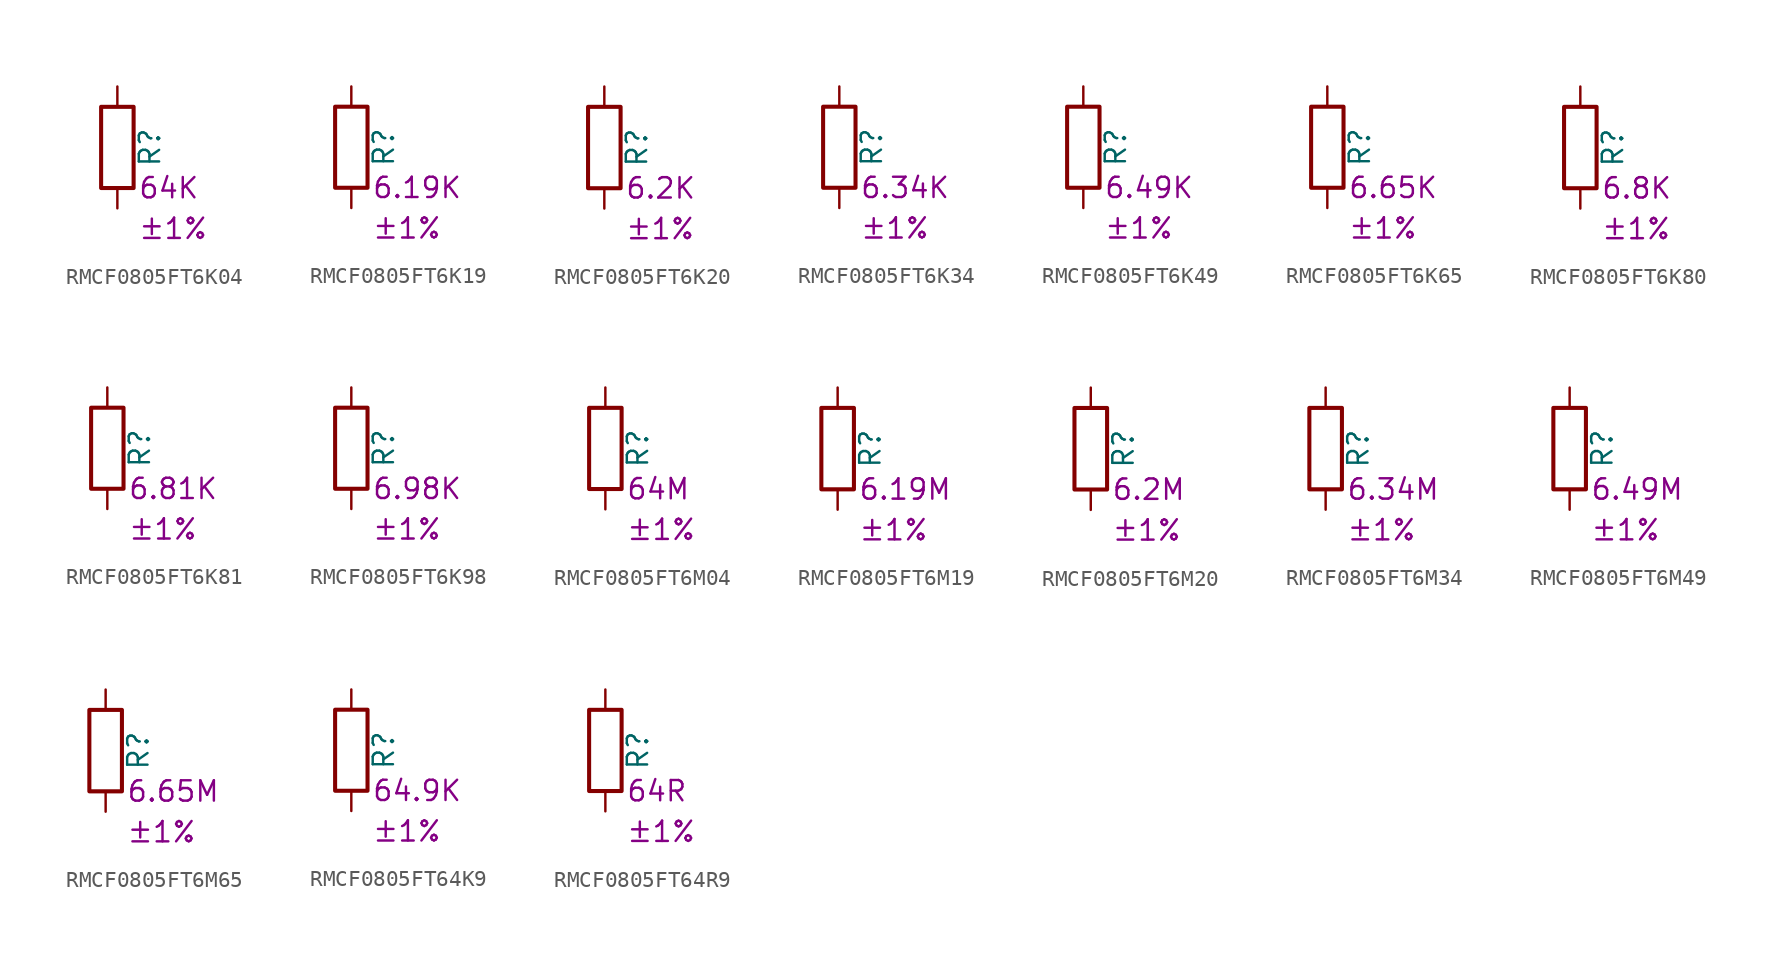
<source format=kicad_sym>
(kicad_symbol_lib
  (version 20220914)
  (generator kicad_symbol_editor)
  (symbol "RMCF0805FT6K04"
    (pin_numbers hide)
    (pin_names
      (offset 0))
    (property "Reference" "R"
      (at 2.032 0 90)
      (effects (font (size 1.27 1.27))))
    (property "Resistance" "64K"
      (at 1.27 -2.54 0)
      (effects (font (size 1.27 1.27)) (justify left)))
    (property "Tolerance" "±1%"
      (at 1.27 -5.08 0)
      (effects (font (size 1.27 1.27)) (justify left)))
    (symbol "RMCF0805FT6K04_0_1"
      (rectangle (start -1.016 -2.54) (end 1.016 2.54) (stroke (width 0.254) (type default)) (fill (type none))))
    (symbol "RMCF0805FT6K04_1_1"
      (pin passive line (at 0 3.81 270) (length 1.27) (name "~" (effects (font (size 1.27 1.27)))) (number "1" (effects (font (size 1.27 1.27)))))
      (pin passive line (at 0 -3.81 90) (length 1.27) (name "~" (effects (font (size 1.27 1.27)))) (number "2" (effects (font (size 1.27 1.27)))))))
  (symbol "RMCF0805FT6K19"
    (pin_numbers hide)
    (pin_names
      (offset 0))
    (property "Reference" "R"
      (at 2.032 0 90)
      (effects (font (size 1.27 1.27))))
    (property "Resistance" "6.19K"
      (at 1.27 -2.54 0)
      (effects (font (size 1.27 1.27)) (justify left)))
    (property "Tolerance" "±1%"
      (at 1.27 -5.08 0)
      (effects (font (size 1.27 1.27)) (justify left)))
    (symbol "RMCF0805FT6K19_0_1"
      (rectangle (start -1.016 -2.54) (end 1.016 2.54) (stroke (width 0.254) (type default)) (fill (type none))))
    (symbol "RMCF0805FT6K19_1_1"
      (pin passive line (at 0 3.81 270) (length 1.27) (name "~" (effects (font (size 1.27 1.27)))) (number "1" (effects (font (size 1.27 1.27)))))
      (pin passive line (at 0 -3.81 90) (length 1.27) (name "~" (effects (font (size 1.27 1.27)))) (number "2" (effects (font (size 1.27 1.27)))))))
  (symbol "RMCF0805FT6K20"
    (pin_numbers hide)
    (pin_names
      (offset 0))
    (property "Reference" "R"
      (at 2.032 0 90)
      (effects (font (size 1.27 1.27))))
    (property "Resistance" "6.2K"
      (at 1.27 -2.54 0)
      (effects (font (size 1.27 1.27)) (justify left)))
    (property "Tolerance" "±1%"
      (at 1.27 -5.08 0)
      (effects (font (size 1.27 1.27)) (justify left)))
    (symbol "RMCF0805FT6K20_0_1"
      (rectangle (start -1.016 -2.54) (end 1.016 2.54) (stroke (width 0.254) (type default)) (fill (type none))))
    (symbol "RMCF0805FT6K20_1_1"
      (pin passive line (at 0 3.81 270) (length 1.27) (name "~" (effects (font (size 1.27 1.27)))) (number "1" (effects (font (size 1.27 1.27)))))
      (pin passive line (at 0 -3.81 90) (length 1.27) (name "~" (effects (font (size 1.27 1.27)))) (number "2" (effects (font (size 1.27 1.27)))))))
  (symbol "RMCF0805FT6K34"
    (pin_numbers hide)
    (pin_names
      (offset 0))
    (property "Reference" "R"
      (at 2.032 0 90)
      (effects (font (size 1.27 1.27))))
    (property "Resistance" "6.34K"
      (at 1.27 -2.54 0)
      (effects (font (size 1.27 1.27)) (justify left)))
    (property "Tolerance" "±1%"
      (at 1.27 -5.08 0)
      (effects (font (size 1.27 1.27)) (justify left)))
    (symbol "RMCF0805FT6K34_0_1"
      (rectangle (start -1.016 -2.54) (end 1.016 2.54) (stroke (width 0.254) (type default)) (fill (type none))))
    (symbol "RMCF0805FT6K34_1_1"
      (pin passive line (at 0 3.81 270) (length 1.27) (name "~" (effects (font (size 1.27 1.27)))) (number "1" (effects (font (size 1.27 1.27)))))
      (pin passive line (at 0 -3.81 90) (length 1.27) (name "~" (effects (font (size 1.27 1.27)))) (number "2" (effects (font (size 1.27 1.27)))))))
  (symbol "RMCF0805FT6K49"
    (pin_numbers hide)
    (pin_names
      (offset 0))
    (property "Reference" "R"
      (at 2.032 0 90)
      (effects (font (size 1.27 1.27))))
    (property "Resistance" "6.49K"
      (at 1.27 -2.54 0)
      (effects (font (size 1.27 1.27)) (justify left)))
    (property "Tolerance" "±1%"
      (at 1.27 -5.08 0)
      (effects (font (size 1.27 1.27)) (justify left)))
    (symbol "RMCF0805FT6K49_0_1"
      (rectangle (start -1.016 -2.54) (end 1.016 2.54) (stroke (width 0.254) (type default)) (fill (type none))))
    (symbol "RMCF0805FT6K49_1_1"
      (pin passive line (at 0 3.81 270) (length 1.27) (name "~" (effects (font (size 1.27 1.27)))) (number "1" (effects (font (size 1.27 1.27)))))
      (pin passive line (at 0 -3.81 90) (length 1.27) (name "~" (effects (font (size 1.27 1.27)))) (number "2" (effects (font (size 1.27 1.27)))))))
  (symbol "RMCF0805FT6K65"
    (pin_numbers hide)
    (pin_names
      (offset 0))
    (property "Reference" "R"
      (at 2.032 0 90)
      (effects (font (size 1.27 1.27))))
    (property "Resistance" "6.65K"
      (at 1.27 -2.54 0)
      (effects (font (size 1.27 1.27)) (justify left)))
    (property "Tolerance" "±1%"
      (at 1.27 -5.08 0)
      (effects (font (size 1.27 1.27)) (justify left)))
    (symbol "RMCF0805FT6K65_0_1"
      (rectangle (start -1.016 -2.54) (end 1.016 2.54) (stroke (width 0.254) (type default)) (fill (type none))))
    (symbol "RMCF0805FT6K65_1_1"
      (pin passive line (at 0 3.81 270) (length 1.27) (name "~" (effects (font (size 1.27 1.27)))) (number "1" (effects (font (size 1.27 1.27)))))
      (pin passive line (at 0 -3.81 90) (length 1.27) (name "~" (effects (font (size 1.27 1.27)))) (number "2" (effects (font (size 1.27 1.27)))))))
  (symbol "RMCF0805FT6K80"
    (pin_numbers hide)
    (pin_names
      (offset 0))
    (property "Reference" "R"
      (at 2.032 0 90)
      (effects (font (size 1.27 1.27))))
    (property "Resistance" "6.8K"
      (at 1.27 -2.54 0)
      (effects (font (size 1.27 1.27)) (justify left)))
    (property "Tolerance" "±1%"
      (at 1.27 -5.08 0)
      (effects (font (size 1.27 1.27)) (justify left)))
    (symbol "RMCF0805FT6K80_0_1"
      (rectangle (start -1.016 -2.54) (end 1.016 2.54) (stroke (width 0.254) (type default)) (fill (type none))))
    (symbol "RMCF0805FT6K80_1_1"
      (pin passive line (at 0 3.81 270) (length 1.27) (name "~" (effects (font (size 1.27 1.27)))) (number "1" (effects (font (size 1.27 1.27)))))
      (pin passive line (at 0 -3.81 90) (length 1.27) (name "~" (effects (font (size 1.27 1.27)))) (number "2" (effects (font (size 1.27 1.27)))))))
  (symbol "RMCF0805FT6K81"
    (pin_numbers hide)
    (pin_names
      (offset 0))
    (property "Reference" "R"
      (at 2.032 0 90)
      (effects (font (size 1.27 1.27))))
    (property "Resistance" "6.81K"
      (at 1.27 -2.54 0)
      (effects (font (size 1.27 1.27)) (justify left)))
    (property "Tolerance" "±1%"
      (at 1.27 -5.08 0)
      (effects (font (size 1.27 1.27)) (justify left)))
    (symbol "RMCF0805FT6K81_0_1"
      (rectangle (start -1.016 -2.54) (end 1.016 2.54) (stroke (width 0.254) (type default)) (fill (type none))))
    (symbol "RMCF0805FT6K81_1_1"
      (pin passive line (at 0 3.81 270) (length 1.27) (name "~" (effects (font (size 1.27 1.27)))) (number "1" (effects (font (size 1.27 1.27)))))
      (pin passive line (at 0 -3.81 90) (length 1.27) (name "~" (effects (font (size 1.27 1.27)))) (number "2" (effects (font (size 1.27 1.27)))))))
  (symbol "RMCF0805FT6K98"
    (pin_numbers hide)
    (pin_names
      (offset 0))
    (property "Reference" "R"
      (at 2.032 0 90)
      (effects (font (size 1.27 1.27))))
    (property "Resistance" "6.98K"
      (at 1.27 -2.54 0)
      (effects (font (size 1.27 1.27)) (justify left)))
    (property "Tolerance" "±1%"
      (at 1.27 -5.08 0)
      (effects (font (size 1.27 1.27)) (justify left)))
    (symbol "RMCF0805FT6K98_0_1"
      (rectangle (start -1.016 -2.54) (end 1.016 2.54) (stroke (width 0.254) (type default)) (fill (type none))))
    (symbol "RMCF0805FT6K98_1_1"
      (pin passive line (at 0 3.81 270) (length 1.27) (name "~" (effects (font (size 1.27 1.27)))) (number "1" (effects (font (size 1.27 1.27)))))
      (pin passive line (at 0 -3.81 90) (length 1.27) (name "~" (effects (font (size 1.27 1.27)))) (number "2" (effects (font (size 1.27 1.27)))))))
  (symbol "RMCF0805FT6M04"
    (pin_numbers hide)
    (pin_names
      (offset 0))
    (property "Reference" "R"
      (at 2.032 0 90)
      (effects (font (size 1.27 1.27))))
    (property "Resistance" "64M"
      (at 1.27 -2.54 0)
      (effects (font (size 1.27 1.27)) (justify left)))
    (property "Tolerance" "±1%"
      (at 1.27 -5.08 0)
      (effects (font (size 1.27 1.27)) (justify left)))
    (symbol "RMCF0805FT6M04_0_1"
      (rectangle (start -1.016 -2.54) (end 1.016 2.54) (stroke (width 0.254) (type default)) (fill (type none))))
    (symbol "RMCF0805FT6M04_1_1"
      (pin passive line (at 0 3.81 270) (length 1.27) (name "~" (effects (font (size 1.27 1.27)))) (number "1" (effects (font (size 1.27 1.27)))))
      (pin passive line (at 0 -3.81 90) (length 1.27) (name "~" (effects (font (size 1.27 1.27)))) (number "2" (effects (font (size 1.27 1.27)))))))
  (symbol "RMCF0805FT6M19"
    (pin_numbers hide)
    (pin_names
      (offset 0))
    (property "Reference" "R"
      (at 2.032 0 90)
      (effects (font (size 1.27 1.27))))
    (property "Resistance" "6.19M"
      (at 1.27 -2.54 0)
      (effects (font (size 1.27 1.27)) (justify left)))
    (property "Tolerance" "±1%"
      (at 1.27 -5.08 0)
      (effects (font (size 1.27 1.27)) (justify left)))
    (symbol "RMCF0805FT6M19_0_1"
      (rectangle (start -1.016 -2.54) (end 1.016 2.54) (stroke (width 0.254) (type default)) (fill (type none))))
    (symbol "RMCF0805FT6M19_1_1"
      (pin passive line (at 0 3.81 270) (length 1.27) (name "~" (effects (font (size 1.27 1.27)))) (number "1" (effects (font (size 1.27 1.27)))))
      (pin passive line (at 0 -3.81 90) (length 1.27) (name "~" (effects (font (size 1.27 1.27)))) (number "2" (effects (font (size 1.27 1.27)))))))
  (symbol "RMCF0805FT6M20"
    (pin_numbers hide)
    (pin_names
      (offset 0))
    (property "Reference" "R"
      (at 2.032 0 90)
      (effects (font (size 1.27 1.27))))
    (property "Resistance" "6.2M"
      (at 1.27 -2.54 0)
      (effects (font (size 1.27 1.27)) (justify left)))
    (property "Tolerance" "±1%"
      (at 1.27 -5.08 0)
      (effects (font (size 1.27 1.27)) (justify left)))
    (symbol "RMCF0805FT6M20_0_1"
      (rectangle (start -1.016 -2.54) (end 1.016 2.54) (stroke (width 0.254) (type default)) (fill (type none))))
    (symbol "RMCF0805FT6M20_1_1"
      (pin passive line (at 0 3.81 270) (length 1.27) (name "~" (effects (font (size 1.27 1.27)))) (number "1" (effects (font (size 1.27 1.27)))))
      (pin passive line (at 0 -3.81 90) (length 1.27) (name "~" (effects (font (size 1.27 1.27)))) (number "2" (effects (font (size 1.27 1.27)))))))
  (symbol "RMCF0805FT6M34"
    (pin_numbers hide)
    (pin_names
      (offset 0))
    (property "Reference" "R"
      (at 2.032 0 90)
      (effects (font (size 1.27 1.27))))
    (property "Resistance" "6.34M"
      (at 1.27 -2.54 0)
      (effects (font (size 1.27 1.27)) (justify left)))
    (property "Tolerance" "±1%"
      (at 1.27 -5.08 0)
      (effects (font (size 1.27 1.27)) (justify left)))
    (symbol "RMCF0805FT6M34_0_1"
      (rectangle (start -1.016 -2.54) (end 1.016 2.54) (stroke (width 0.254) (type default)) (fill (type none))))
    (symbol "RMCF0805FT6M34_1_1"
      (pin passive line (at 0 3.81 270) (length 1.27) (name "~" (effects (font (size 1.27 1.27)))) (number "1" (effects (font (size 1.27 1.27)))))
      (pin passive line (at 0 -3.81 90) (length 1.27) (name "~" (effects (font (size 1.27 1.27)))) (number "2" (effects (font (size 1.27 1.27)))))))
  (symbol "RMCF0805FT6M49"
    (pin_numbers hide)
    (pin_names
      (offset 0))
    (property "Reference" "R"
      (at 2.032 0 90)
      (effects (font (size 1.27 1.27))))
    (property "Resistance" "6.49M"
      (at 1.27 -2.54 0)
      (effects (font (size 1.27 1.27)) (justify left)))
    (property "Tolerance" "±1%"
      (at 1.27 -5.08 0)
      (effects (font (size 1.27 1.27)) (justify left)))
    (symbol "RMCF0805FT6M49_0_1"
      (rectangle (start -1.016 -2.54) (end 1.016 2.54) (stroke (width 0.254) (type default)) (fill (type none))))
    (symbol "RMCF0805FT6M49_1_1"
      (pin passive line (at 0 3.81 270) (length 1.27) (name "~" (effects (font (size 1.27 1.27)))) (number "1" (effects (font (size 1.27 1.27)))))
      (pin passive line (at 0 -3.81 90) (length 1.27) (name "~" (effects (font (size 1.27 1.27)))) (number "2" (effects (font (size 1.27 1.27)))))))
  (symbol "RMCF0805FT6M65"
    (pin_numbers hide)
    (pin_names
      (offset 0))
    (property "Reference" "R"
      (at 2.032 0 90)
      (effects (font (size 1.27 1.27))))
    (property "Resistance" "6.65M"
      (at 1.27 -2.54 0)
      (effects (font (size 1.27 1.27)) (justify left)))
    (property "Tolerance" "±1%"
      (at 1.27 -5.08 0)
      (effects (font (size 1.27 1.27)) (justify left)))
    (symbol "RMCF0805FT6M65_0_1"
      (rectangle (start -1.016 -2.54) (end 1.016 2.54) (stroke (width 0.254) (type default)) (fill (type none))))
    (symbol "RMCF0805FT6M65_1_1"
      (pin passive line (at 0 3.81 270) (length 1.27) (name "~" (effects (font (size 1.27 1.27)))) (number "1" (effects (font (size 1.27 1.27)))))
      (pin passive line (at 0 -3.81 90) (length 1.27) (name "~" (effects (font (size 1.27 1.27)))) (number "2" (effects (font (size 1.27 1.27)))))))
  (symbol "RMCF0805FT64K9"
    (pin_numbers hide)
    (pin_names
      (offset 0))
    (property "Reference" "R"
      (at 2.032 0 90)
      (effects (font (size 1.27 1.27))))
    (property "Resistance" "64.9K"
      (at 1.27 -2.54 0)
      (effects (font (size 1.27 1.27)) (justify left)))
    (property "Tolerance" "±1%"
      (at 1.27 -5.08 0)
      (effects (font (size 1.27 1.27)) (justify left)))
    (symbol "RMCF0805FT64K9_0_1"
      (rectangle (start -1.016 -2.54) (end 1.016 2.54) (stroke (width 0.254) (type default)) (fill (type none))))
    (symbol "RMCF0805FT64K9_1_1"
      (pin passive line (at 0 3.81 270) (length 1.27) (name "~" (effects (font (size 1.27 1.27)))) (number "1" (effects (font (size 1.27 1.27)))))
      (pin passive line (at 0 -3.81 90) (length 1.27) (name "~" (effects (font (size 1.27 1.27)))) (number "2" (effects (font (size 1.27 1.27)))))))
  (symbol "RMCF0805FT64R9"
    (pin_numbers hide)
    (pin_names
      (offset 0))
    (property "Reference" "R"
      (at 2.032 0 90)
      (effects (font (size 1.27 1.27))))
    (property "Resistance" "64R"
      (at 1.27 -2.54 0)
      (effects (font (size 1.27 1.27)) (justify left)))
    (property "Tolerance" "±1%"
      (at 1.27 -5.08 0)
      (effects (font (size 1.27 1.27)) (justify left)))
    (symbol "RMCF0805FT64R9_0_1"
      (rectangle (start -1.016 -2.54) (end 1.016 2.54) (stroke (width 0.254) (type default)) (fill (type none))))
    (symbol "RMCF0805FT64R9_1_1"
      (pin passive line (at 0 3.81 270) (length 1.27) (name "~" (effects (font (size 1.27 1.27)))) (number "1" (effects (font (size 1.27 1.27)))))
      (pin passive line (at 0 -3.81 90) (length 1.27) (name "~" (effects (font (size 1.27 1.27)))) (number "2" (effects (font (size 1.27 1.27))))))))
</source>
